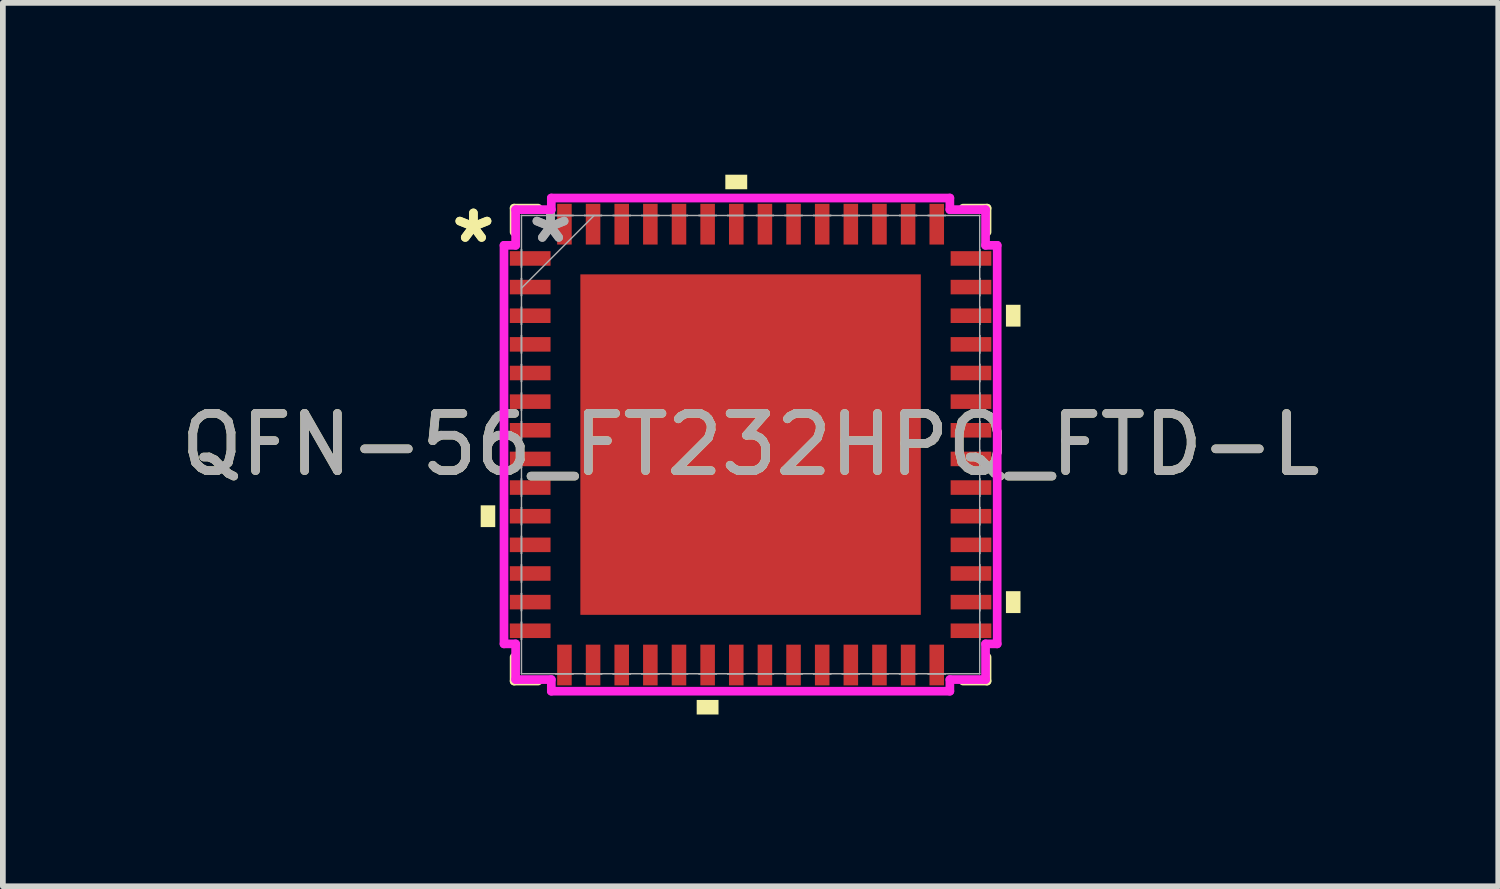
<source format=kicad_pcb>
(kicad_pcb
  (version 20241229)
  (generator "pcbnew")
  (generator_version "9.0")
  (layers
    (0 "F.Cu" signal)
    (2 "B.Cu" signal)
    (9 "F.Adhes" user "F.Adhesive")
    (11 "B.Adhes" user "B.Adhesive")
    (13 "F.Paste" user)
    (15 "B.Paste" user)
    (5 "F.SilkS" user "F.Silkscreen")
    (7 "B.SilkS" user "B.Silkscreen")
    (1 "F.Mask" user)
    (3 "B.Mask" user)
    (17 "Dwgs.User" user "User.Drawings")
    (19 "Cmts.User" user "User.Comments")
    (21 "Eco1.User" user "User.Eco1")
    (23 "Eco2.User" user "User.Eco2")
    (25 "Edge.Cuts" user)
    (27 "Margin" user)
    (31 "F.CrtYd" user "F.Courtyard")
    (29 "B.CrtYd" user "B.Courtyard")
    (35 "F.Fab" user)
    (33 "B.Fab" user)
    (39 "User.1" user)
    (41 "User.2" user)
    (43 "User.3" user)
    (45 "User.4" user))
  (footprint "QFN-56_FT232HPQ_FTD-L"
    (layer "F.Cu")
    (at 10.054 4.712)
    (property "Reference" "QFN-56_FT232HPQ_FTD-L" (at 0 0 0) (unlocked yes) (layer "F.SilkS") (effects (font (size 1 1) (thickness 0.15))))
    (attr smd)
    (fp_line (start -4.128 -4.128) (end -4.128 -3.71) (stroke (width 0.152) (type solid)) (layer "F.SilkS"))
    (fp_line (start -4.128 3.71) (end -4.128 4.128) (stroke (width 0.152) (type solid)) (layer "F.SilkS"))
    (fp_line (start -4.128 4.128) (end -3.71 4.128) (stroke (width 0.152) (type solid)) (layer "F.SilkS"))
    (fp_line (start -3.71 -4.128) (end -4.128 -4.128) (stroke (width 0.152) (type solid)) (layer "F.SilkS"))
    (fp_line (start 3.71 4.128) (end 4.128 4.128) (stroke (width 0.152) (type solid)) (layer "F.SilkS"))
    (fp_line (start 4.128 -4.128) (end 3.71 -4.128) (stroke (width 0.152) (type solid)) (layer "F.SilkS"))
    (fp_line (start 4.128 -3.71) (end 4.128 -4.128) (stroke (width 0.152) (type solid)) (layer "F.SilkS"))
    (fp_line (start 4.128 4.128) (end 4.128 3.71) (stroke (width 0.152) (type solid)) (layer "F.SilkS"))
    (fp_poly (pts (xy -4.712 1.06) (xy -4.712 1.44) (xy -4.458 1.44) (xy -4.458 1.06)) (stroke (width 0) (type solid)) (fill yes) (layer "F.SilkS"))
    (fp_poly (pts (xy -0.941 4.458) (xy -0.941 4.712) (xy -0.56 4.712) (xy -0.56 4.458)) (stroke (width 0) (type solid)) (fill yes) (layer "F.SilkS"))
    (fp_poly (pts (xy -0.441 -4.458) (xy -0.441 -4.712) (xy -0.059 -4.712) (xy -0.059 -4.458)) (stroke (width 0) (type solid)) (fill yes) (layer "F.SilkS"))
    (fp_poly (pts (xy 4.712 -2.441) (xy 4.712 -2.06) (xy 4.458 -2.06) (xy 4.458 -2.441)) (stroke (width 0) (type solid)) (fill yes) (layer "F.SilkS"))
    (fp_poly (pts (xy 4.712 2.559) (xy 4.712 2.941) (xy 4.458 2.941) (xy 4.458 2.559)) (stroke (width 0) (type solid)) (fill yes) (layer "F.SilkS"))
    (fp_poly (pts (xy -2.872 -2.872) (xy -2.872 -1.586) (xy -1.586 -1.586) (xy -1.586 -2.872)) (stroke (width 0) (type solid)) (fill yes) (layer "F.Paste"))
    (fp_poly (pts (xy -2.872 -1.386) (xy -2.872 -0.1) (xy -1.586 -0.1) (xy -1.586 -1.386)) (stroke (width 0) (type solid)) (fill yes) (layer "F.Paste"))
    (fp_poly (pts (xy -2.872 0.1) (xy -2.872 1.386) (xy -1.586 1.386) (xy -1.586 0.1)) (stroke (width 0) (type solid)) (fill yes) (layer "F.Paste"))
    (fp_poly (pts (xy -2.872 1.586) (xy -2.872 2.872) (xy -1.586 2.872) (xy -1.586 1.586)) (stroke (width 0) (type solid)) (fill yes) (layer "F.Paste"))
    (fp_poly (pts (xy -1.386 -2.872) (xy -1.386 -1.586) (xy -0.1 -1.586) (xy -0.1 -2.872)) (stroke (width 0) (type solid)) (fill yes) (layer "F.Paste"))
    (fp_poly (pts (xy -1.386 -1.386) (xy -1.386 -0.1) (xy -0.1 -0.1) (xy -0.1 -1.386)) (stroke (width 0) (type solid)) (fill yes) (layer "F.Paste"))
    (fp_poly (pts (xy -1.386 0.1) (xy -1.386 1.386) (xy -0.1 1.386) (xy -0.1 0.1)) (stroke (width 0) (type solid)) (fill yes) (layer "F.Paste"))
    (fp_poly (pts (xy -1.386 1.586) (xy -1.386 2.872) (xy -0.1 2.872) (xy -0.1 1.586)) (stroke (width 0) (type solid)) (fill yes) (layer "F.Paste"))
    (fp_poly (pts (xy 0.1 -2.872) (xy 0.1 -1.586) (xy 1.386 -1.586) (xy 1.386 -2.872)) (stroke (width 0) (type solid)) (fill yes) (layer "F.Paste"))
    (fp_poly (pts (xy 0.1 -1.386) (xy 0.1 -0.1) (xy 1.386 -0.1) (xy 1.386 -1.386)) (stroke (width 0) (type solid)) (fill yes) (layer "F.Paste"))
    (fp_poly (pts (xy 0.1 0.1) (xy 0.1 1.386) (xy 1.386 1.386) (xy 1.386 0.1)) (stroke (width 0) (type solid)) (fill yes) (layer "F.Paste"))
    (fp_poly (pts (xy 0.1 1.586) (xy 0.1 2.872) (xy 1.386 2.872) (xy 1.386 1.586)) (stroke (width 0) (type solid)) (fill yes) (layer "F.Paste"))
    (fp_poly (pts (xy 1.586 -2.872) (xy 1.586 -1.586) (xy 2.872 -1.586) (xy 2.872 -2.872)) (stroke (width 0) (type solid)) (fill yes) (layer "F.Paste"))
    (fp_poly (pts (xy 1.586 -1.386) (xy 1.586 -0.1) (xy 2.872 -0.1) (xy 2.872 -1.386)) (stroke (width 0) (type solid)) (fill yes) (layer "F.Paste"))
    (fp_poly (pts (xy 1.586 0.1) (xy 1.586 1.386) (xy 2.872 1.386) (xy 2.872 0.1)) (stroke (width 0) (type solid)) (fill yes) (layer "F.Paste"))
    (fp_poly (pts (xy 1.586 1.586) (xy 1.586 2.872) (xy 2.872 2.872) (xy 2.872 1.586)) (stroke (width 0) (type solid)) (fill yes) (layer "F.Paste"))
    (fp_line (start -4.305 -3.479) (end -4.102 -3.479) (stroke (width 0.152) (type solid)) (layer "F.CrtYd"))
    (fp_line (start -4.305 3.479) (end -4.305 -3.479) (stroke (width 0.152) (type solid)) (layer "F.CrtYd"))
    (fp_line (start -4.102 -4.102) (end -3.479 -4.102) (stroke (width 0.152) (type solid)) (layer "F.CrtYd"))
    (fp_line (start -4.102 -3.479) (end -4.102 -4.102) (stroke (width 0.152) (type solid)) (layer "F.CrtYd"))
    (fp_line (start -4.102 3.479) (end -4.305 3.479) (stroke (width 0.152) (type solid)) (layer "F.CrtYd"))
    (fp_line (start -4.102 4.102) (end -4.102 3.479) (stroke (width 0.152) (type solid)) (layer "F.CrtYd"))
    (fp_line (start -3.479 -4.305) (end 3.479 -4.305) (stroke (width 0.152) (type solid)) (layer "F.CrtYd"))
    (fp_line (start -3.479 -4.102) (end -3.479 -4.305) (stroke (width 0.152) (type solid)) (layer "F.CrtYd"))
    (fp_line (start -3.479 4.102) (end -4.102 4.102) (stroke (width 0.152) (type solid)) (layer "F.CrtYd"))
    (fp_line (start -3.479 4.305) (end -3.479 4.102) (stroke (width 0.152) (type solid)) (layer "F.CrtYd"))
    (fp_line (start 3.479 -4.305) (end 3.479 -4.102) (stroke (width 0.152) (type solid)) (layer "F.CrtYd"))
    (fp_line (start 3.479 -4.102) (end 4.102 -4.102) (stroke (width 0.152) (type solid)) (layer "F.CrtYd"))
    (fp_line (start 3.479 4.102) (end 3.479 4.305) (stroke (width 0.152) (type solid)) (layer "F.CrtYd"))
    (fp_line (start 3.479 4.305) (end -3.479 4.305) (stroke (width 0.152) (type solid)) (layer "F.CrtYd"))
    (fp_line (start 4.102 -4.102) (end 4.102 -3.479) (stroke (width 0.152) (type solid)) (layer "F.CrtYd"))
    (fp_line (start 4.102 -3.479) (end 4.305 -3.479) (stroke (width 0.152) (type solid)) (layer "F.CrtYd"))
    (fp_line (start 4.102 3.479) (end 4.102 4.102) (stroke (width 0.152) (type solid)) (layer "F.CrtYd"))
    (fp_line (start 4.102 4.102) (end 3.479 4.102) (stroke (width 0.152) (type solid)) (layer "F.CrtYd"))
    (fp_line (start 4.305 -3.479) (end 4.305 3.479) (stroke (width 0.152) (type solid)) (layer "F.CrtYd"))
    (fp_line (start 4.305 3.479) (end 4.102 3.479) (stroke (width 0.152) (type solid)) (layer "F.CrtYd"))
    (fp_line (start -4 -4) (end -4 -4) (stroke (width 0.025) (type solid)) (layer "F.Fab"))
    (fp_line (start -4 -4) (end -4 4) (stroke (width 0.025) (type solid)) (layer "F.Fab"))
    (fp_line (start -4 -3.402) (end -4 -3.402) (stroke (width 0.025) (type solid)) (layer "F.Fab"))
    (fp_line (start -4 -3.402) (end -4 -3.098) (stroke (width 0.025) (type solid)) (layer "F.Fab"))
    (fp_line (start -4 -3.098) (end -4 -3.402) (stroke (width 0.025) (type solid)) (layer "F.Fab"))
    (fp_line (start -4 -3.098) (end -4 -3.098) (stroke (width 0.025) (type solid)) (layer "F.Fab"))
    (fp_line (start -4 -2.902) (end -4 -2.902) (stroke (width 0.025) (type solid)) (layer "F.Fab"))
    (fp_line (start -4 -2.902) (end -4 -2.598) (stroke (width 0.025) (type solid)) (layer "F.Fab"))
    (fp_line (start -4 -2.731) (end -2.731 -4) (stroke (width 0.025) (type solid)) (layer "F.Fab"))
    (fp_line (start -4 -2.598) (end -4 -2.902) (stroke (width 0.025) (type solid)) (layer "F.Fab"))
    (fp_line (start -4 -2.598) (end -4 -2.598) (stroke (width 0.025) (type solid)) (layer "F.Fab"))
    (fp_line (start -4 -2.402) (end -4 -2.402) (stroke (width 0.025) (type solid)) (layer "F.Fab"))
    (fp_line (start -4 -2.402) (end -4 -2.098) (stroke (width 0.025) (type solid)) (layer "F.Fab"))
    (fp_line (start -4 -2.098) (end -4 -2.402) (stroke (width 0.025) (type solid)) (layer "F.Fab"))
    (fp_line (start -4 -2.098) (end -4 -2.098) (stroke (width 0.025) (type solid)) (layer "F.Fab"))
    (fp_line (start -4 -1.902) (end -4 -1.902) (stroke (width 0.025) (type solid)) (layer "F.Fab"))
    (fp_line (start -4 -1.902) (end -4 -1.598) (stroke (width 0.025) (type solid)) (layer "F.Fab"))
    (fp_line (start -4 -1.598) (end -4 -1.902) (stroke (width 0.025) (type solid)) (layer "F.Fab"))
    (fp_line (start -4 -1.598) (end -4 -1.598) (stroke (width 0.025) (type solid)) (layer "F.Fab"))
    (fp_line (start -4 -1.402) (end -4 -1.402) (stroke (width 0.025) (type solid)) (layer "F.Fab"))
    (fp_line (start -4 -1.402) (end -4 -1.098) (stroke (width 0.025) (type solid)) (layer "F.Fab"))
    (fp_line (start -4 -1.098) (end -4 -1.402) (stroke (width 0.025) (type solid)) (layer "F.Fab"))
    (fp_line (start -4 -1.098) (end -4 -1.098) (stroke (width 0.025) (type solid)) (layer "F.Fab"))
    (fp_line (start -4 -0.902) (end -4 -0.902) (stroke (width 0.025) (type solid)) (layer "F.Fab"))
    (fp_line (start -4 -0.902) (end -4 -0.598) (stroke (width 0.025) (type solid)) (layer "F.Fab"))
    (fp_line (start -4 -0.598) (end -4 -0.902) (stroke (width 0.025) (type solid)) (layer "F.Fab"))
    (fp_line (start -4 -0.598) (end -4 -0.598) (stroke (width 0.025) (type solid)) (layer "F.Fab"))
    (fp_line (start -4 -0.402) (end -4 -0.402) (stroke (width 0.025) (type solid)) (layer "F.Fab"))
    (fp_line (start -4 -0.402) (end -4 -0.098) (stroke (width 0.025) (type solid)) (layer "F.Fab"))
    (fp_line (start -4 -0.098) (end -4 -0.402) (stroke (width 0.025) (type solid)) (layer "F.Fab"))
    (fp_line (start -4 -0.098) (end -4 -0.098) (stroke (width 0.025) (type solid)) (layer "F.Fab"))
    (fp_line (start -4 0.098) (end -4 0.098) (stroke (width 0.025) (type solid)) (layer "F.Fab"))
    (fp_line (start -4 0.098) (end -4 0.402) (stroke (width 0.025) (type solid)) (layer "F.Fab"))
    (fp_line (start -4 0.402) (end -4 0.098) (stroke (width 0.025) (type solid)) (layer "F.Fab"))
    (fp_line (start -4 0.402) (end -4 0.402) (stroke (width 0.025) (type solid)) (layer "F.Fab"))
    (fp_line (start -4 0.598) (end -4 0.598) (stroke (width 0.025) (type solid)) (layer "F.Fab"))
    (fp_line (start -4 0.598) (end -4 0.902) (stroke (width 0.025) (type solid)) (layer "F.Fab"))
    (fp_line (start -4 0.902) (end -4 0.598) (stroke (width 0.025) (type solid)) (layer "F.Fab"))
    (fp_line (start -4 0.902) (end -4 0.902) (stroke (width 0.025) (type solid)) (layer "F.Fab"))
    (fp_line (start -4 1.098) (end -4 1.098) (stroke (width 0.025) (type solid)) (layer "F.Fab"))
    (fp_line (start -4 1.098) (end -4 1.402) (stroke (width 0.025) (type solid)) (layer "F.Fab"))
    (fp_line (start -4 1.402) (end -4 1.098) (stroke (width 0.025) (type solid)) (layer "F.Fab"))
    (fp_line (start -4 1.402) (end -4 1.402) (stroke (width 0.025) (type solid)) (layer "F.Fab"))
    (fp_line (start -4 1.598) (end -4 1.598) (stroke (width 0.025) (type solid)) (layer "F.Fab"))
    (fp_line (start -4 1.598) (end -4 1.902) (stroke (width 0.025) (type solid)) (layer "F.Fab"))
    (fp_line (start -4 1.902) (end -4 1.598) (stroke (width 0.025) (type solid)) (layer "F.Fab"))
    (fp_line (start -4 1.902) (end -4 1.902) (stroke (width 0.025) (type solid)) (layer "F.Fab"))
    (fp_line (start -4 2.098) (end -4 2.098) (stroke (width 0.025) (type solid)) (layer "F.Fab"))
    (fp_line (start -4 2.098) (end -4 2.402) (stroke (width 0.025) (type solid)) (layer "F.Fab"))
    (fp_line (start -4 2.402) (end -4 2.098) (stroke (width 0.025) (type solid)) (layer "F.Fab"))
    (fp_line (start -4 2.402) (end -4 2.402) (stroke (width 0.025) (type solid)) (layer "F.Fab"))
    (fp_line (start -4 2.598) (end -4 2.598) (stroke (width 0.025) (type solid)) (layer "F.Fab"))
    (fp_line (start -4 2.598) (end -4 2.902) (stroke (width 0.025) (type solid)) (layer "F.Fab"))
    (fp_line (start -4 2.902) (end -4 2.598) (stroke (width 0.025) (type solid)) (layer "F.Fab"))
    (fp_line (start -4 2.902) (end -4 2.902) (stroke (width 0.025) (type solid)) (layer "F.Fab"))
    (fp_line (start -4 3.098) (end -4 3.098) (stroke (width 0.025) (type solid)) (layer "F.Fab"))
    (fp_line (start -4 3.098) (end -4 3.402) (stroke (width 0.025) (type solid)) (layer "F.Fab"))
    (fp_line (start -4 3.402) (end -4 3.098) (stroke (width 0.025) (type solid)) (layer "F.Fab"))
    (fp_line (start -4 3.402) (end -4 3.402) (stroke (width 0.025) (type solid)) (layer "F.Fab"))
    (fp_line (start -4 4) (end -4 4) (stroke (width 0.025) (type solid)) (layer "F.Fab"))
    (fp_line (start -4 4) (end 4 4) (stroke (width 0.025) (type solid)) (layer "F.Fab"))
    (fp_line (start -3.402 -4) (end -3.402 -4) (stroke (width 0.025) (type solid)) (layer "F.Fab"))
    (fp_line (start -3.402 -4) (end -3.098 -4) (stroke (width 0.025) (type solid)) (layer "F.Fab"))
    (fp_line (start -3.402 4) (end -3.402 4) (stroke (width 0.025) (type solid)) (layer "F.Fab"))
    (fp_line (start -3.402 4) (end -3.098 4) (stroke (width 0.025) (type solid)) (layer "F.Fab"))
    (fp_line (start -3.098 -4) (end -3.402 -4) (stroke (width 0.025) (type solid)) (layer "F.Fab"))
    (fp_line (start -3.098 -4) (end -3.098 -4) (stroke (width 0.025) (type solid)) (layer "F.Fab"))
    (fp_line (start -3.098 4) (end -3.402 4) (stroke (width 0.025) (type solid)) (layer "F.Fab"))
    (fp_line (start -3.098 4) (end -3.098 4) (stroke (width 0.025) (type solid)) (layer "F.Fab"))
    (fp_line (start -2.902 -4) (end -2.902 -4) (stroke (width 0.025) (type solid)) (layer "F.Fab"))
    (fp_line (start -2.902 -4) (end -2.598 -4) (stroke (width 0.025) (type solid)) (layer "F.Fab"))
    (fp_line (start -2.902 4) (end -2.902 4) (stroke (width 0.025) (type solid)) (layer "F.Fab"))
    (fp_line (start -2.902 4) (end -2.598 4) (stroke (width 0.025) (type solid)) (layer "F.Fab"))
    (fp_line (start -2.598 -4) (end -2.902 -4) (stroke (width 0.025) (type solid)) (layer "F.Fab"))
    (fp_line (start -2.598 -4) (end -2.598 -4) (stroke (width 0.025) (type solid)) (layer "F.Fab"))
    (fp_line (start -2.598 4) (end -2.902 4) (stroke (width 0.025) (type solid)) (layer "F.Fab"))
    (fp_line (start -2.598 4) (end -2.598 4) (stroke (width 0.025) (type solid)) (layer "F.Fab"))
    (fp_line (start -2.402 -4) (end -2.402 -4) (stroke (width 0.025) (type solid)) (layer "F.Fab"))
    (fp_line (start -2.402 -4) (end -2.098 -4) (stroke (width 0.025) (type solid)) (layer "F.Fab"))
    (fp_line (start -2.402 4) (end -2.402 4) (stroke (width 0.025) (type solid)) (layer "F.Fab"))
    (fp_line (start -2.402 4) (end -2.098 4) (stroke (width 0.025) (type solid)) (layer "F.Fab"))
    (fp_line (start -2.098 -4) (end -2.402 -4) (stroke (width 0.025) (type solid)) (layer "F.Fab"))
    (fp_line (start -2.098 -4) (end -2.098 -4) (stroke (width 0.025) (type solid)) (layer "F.Fab"))
    (fp_line (start -2.098 4) (end -2.402 4) (stroke (width 0.025) (type solid)) (layer "F.Fab"))
    (fp_line (start -2.098 4) (end -2.098 4) (stroke (width 0.025) (type solid)) (layer "F.Fab"))
    (fp_line (start -1.902 -4) (end -1.902 -4) (stroke (width 0.025) (type solid)) (layer "F.Fab"))
    (fp_line (start -1.902 -4) (end -1.598 -4) (stroke (width 0.025) (type solid)) (layer "F.Fab"))
    (fp_line (start -1.902 4) (end -1.902 4) (stroke (width 0.025) (type solid)) (layer "F.Fab"))
    (fp_line (start -1.902 4) (end -1.598 4) (stroke (width 0.025) (type solid)) (layer "F.Fab"))
    (fp_line (start -1.598 -4) (end -1.902 -4) (stroke (width 0.025) (type solid)) (layer "F.Fab"))
    (fp_line (start -1.598 -4) (end -1.598 -4) (stroke (width 0.025) (type solid)) (layer "F.Fab"))
    (fp_line (start -1.598 4) (end -1.902 4) (stroke (width 0.025) (type solid)) (layer "F.Fab"))
    (fp_line (start -1.598 4) (end -1.598 4) (stroke (width 0.025) (type solid)) (layer "F.Fab"))
    (fp_line (start -1.402 -4) (end -1.402 -4) (stroke (width 0.025) (type solid)) (layer "F.Fab"))
    (fp_line (start -1.402 -4) (end -1.098 -4) (stroke (width 0.025) (type solid)) (layer "F.Fab"))
    (fp_line (start -1.402 4) (end -1.402 4) (stroke (width 0.025) (type solid)) (layer "F.Fab"))
    (fp_line (start -1.402 4) (end -1.098 4) (stroke (width 0.025) (type solid)) (layer "F.Fab"))
    (fp_line (start -1.098 -4) (end -1.402 -4) (stroke (width 0.025) (type solid)) (layer "F.Fab"))
    (fp_line (start -1.098 -4) (end -1.098 -4) (stroke (width 0.025) (type solid)) (layer "F.Fab"))
    (fp_line (start -1.098 4) (end -1.402 4) (stroke (width 0.025) (type solid)) (layer "F.Fab"))
    (fp_line (start -1.098 4) (end -1.098 4) (stroke (width 0.025) (type solid)) (layer "F.Fab"))
    (fp_line (start -0.902 -4) (end -0.902 -4) (stroke (width 0.025) (type solid)) (layer "F.Fab"))
    (fp_line (start -0.902 -4) (end -0.598 -4) (stroke (width 0.025) (type solid)) (layer "F.Fab"))
    (fp_line (start -0.902 4) (end -0.902 4) (stroke (width 0.025) (type solid)) (layer "F.Fab"))
    (fp_line (start -0.902 4) (end -0.598 4) (stroke (width 0.025) (type solid)) (layer "F.Fab"))
    (fp_line (start -0.598 -4) (end -0.902 -4) (stroke (width 0.025) (type solid)) (layer "F.Fab"))
    (fp_line (start -0.598 -4) (end -0.598 -4) (stroke (width 0.025) (type solid)) (layer "F.Fab"))
    (fp_line (start -0.598 4) (end -0.902 4) (stroke (width 0.025) (type solid)) (layer "F.Fab"))
    (fp_line (start -0.598 4) (end -0.598 4) (stroke (width 0.025) (type solid)) (layer "F.Fab"))
    (fp_line (start -0.402 -4) (end -0.402 -4) (stroke (width 0.025) (type solid)) (layer "F.Fab"))
    (fp_line (start -0.402 -4) (end -0.098 -4) (stroke (width 0.025) (type solid)) (layer "F.Fab"))
    (fp_line (start -0.402 4) (end -0.402 4) (stroke (width 0.025) (type solid)) (layer "F.Fab"))
    (fp_line (start -0.402 4) (end -0.098 4) (stroke (width 0.025) (type solid)) (layer "F.Fab"))
    (fp_line (start -0.098 -4) (end -0.402 -4) (stroke (width 0.025) (type solid)) (layer "F.Fab"))
    (fp_line (start -0.098 -4) (end -0.098 -4) (stroke (width 0.025) (type solid)) (layer "F.Fab"))
    (fp_line (start -0.098 4) (end -0.402 4) (stroke (width 0.025) (type solid)) (layer "F.Fab"))
    (fp_line (start -0.098 4) (end -0.098 4) (stroke (width 0.025) (type solid)) (layer "F.Fab"))
    (fp_line (start 0.098 -4) (end 0.098 -4) (stroke (width 0.025) (type solid)) (layer "F.Fab"))
    (fp_line (start 0.098 -4) (end 0.402 -4) (stroke (width 0.025) (type solid)) (layer "F.Fab"))
    (fp_line (start 0.098 4) (end 0.098 4) (stroke (width 0.025) (type solid)) (layer "F.Fab"))
    (fp_line (start 0.098 4) (end 0.402 4) (stroke (width 0.025) (type solid)) (layer "F.Fab"))
    (fp_line (start 0.402 -4) (end 0.098 -4) (stroke (width 0.025) (type solid)) (layer "F.Fab"))
    (fp_line (start 0.402 -4) (end 0.402 -4) (stroke (width 0.025) (type solid)) (layer "F.Fab"))
    (fp_line (start 0.402 4) (end 0.098 4) (stroke (width 0.025) (type solid)) (layer "F.Fab"))
    (fp_line (start 0.402 4) (end 0.402 4) (stroke (width 0.025) (type solid)) (layer "F.Fab"))
    (fp_line (start 0.598 -4) (end 0.598 -4) (stroke (width 0.025) (type solid)) (layer "F.Fab"))
    (fp_line (start 0.598 -4) (end 0.902 -4) (stroke (width 0.025) (type solid)) (layer "F.Fab"))
    (fp_line (start 0.598 4) (end 0.598 4) (stroke (width 0.025) (type solid)) (layer "F.Fab"))
    (fp_line (start 0.598 4) (end 0.902 4) (stroke (width 0.025) (type solid)) (layer "F.Fab"))
    (fp_line (start 0.902 -4) (end 0.598 -4) (stroke (width 0.025) (type solid)) (layer "F.Fab"))
    (fp_line (start 0.902 -4) (end 0.902 -4) (stroke (width 0.025) (type solid)) (layer "F.Fab"))
    (fp_line (start 0.902 4) (end 0.598 4) (stroke (width 0.025) (type solid)) (layer "F.Fab"))
    (fp_line (start 0.902 4) (end 0.902 4) (stroke (width 0.025) (type solid)) (layer "F.Fab"))
    (fp_line (start 1.098 -4) (end 1.098 -4) (stroke (width 0.025) (type solid)) (layer "F.Fab"))
    (fp_line (start 1.098 -4) (end 1.402 -4) (stroke (width 0.025) (type solid)) (layer "F.Fab"))
    (fp_line (start 1.098 4) (end 1.098 4) (stroke (width 0.025) (type solid)) (layer "F.Fab"))
    (fp_line (start 1.098 4) (end 1.402 4) (stroke (width 0.025) (type solid)) (layer "F.Fab"))
    (fp_line (start 1.402 -4) (end 1.098 -4) (stroke (width 0.025) (type solid)) (layer "F.Fab"))
    (fp_line (start 1.402 -4) (end 1.402 -4) (stroke (width 0.025) (type solid)) (layer "F.Fab"))
    (fp_line (start 1.402 4) (end 1.098 4) (stroke (width 0.025) (type solid)) (layer "F.Fab"))
    (fp_line (start 1.402 4) (end 1.402 4) (stroke (width 0.025) (type solid)) (layer "F.Fab"))
    (fp_line (start 1.598 -4) (end 1.598 -4) (stroke (width 0.025) (type solid)) (layer "F.Fab"))
    (fp_line (start 1.598 -4) (end 1.902 -4) (stroke (width 0.025) (type solid)) (layer "F.Fab"))
    (fp_line (start 1.598 4) (end 1.598 4) (stroke (width 0.025) (type solid)) (layer "F.Fab"))
    (fp_line (start 1.598 4) (end 1.902 4) (stroke (width 0.025) (type solid)) (layer "F.Fab"))
    (fp_line (start 1.902 -4) (end 1.598 -4) (stroke (width 0.025) (type solid)) (layer "F.Fab"))
    (fp_line (start 1.902 -4) (end 1.902 -4) (stroke (width 0.025) (type solid)) (layer "F.Fab"))
    (fp_line (start 1.902 4) (end 1.598 4) (stroke (width 0.025) (type solid)) (layer "F.Fab"))
    (fp_line (start 1.902 4) (end 1.902 4) (stroke (width 0.025) (type solid)) (layer "F.Fab"))
    (fp_line (start 2.098 -4) (end 2.098 -4) (stroke (width 0.025) (type solid)) (layer "F.Fab"))
    (fp_line (start 2.098 -4) (end 2.402 -4) (stroke (width 0.025) (type solid)) (layer "F.Fab"))
    (fp_line (start 2.098 4) (end 2.098 4) (stroke (width 0.025) (type solid)) (layer "F.Fab"))
    (fp_line (start 2.098 4) (end 2.402 4) (stroke (width 0.025) (type solid)) (layer "F.Fab"))
    (fp_line (start 2.402 -4) (end 2.098 -4) (stroke (width 0.025) (type solid)) (layer "F.Fab"))
    (fp_line (start 2.402 -4) (end 2.402 -4) (stroke (width 0.025) (type solid)) (layer "F.Fab"))
    (fp_line (start 2.402 4) (end 2.098 4) (stroke (width 0.025) (type solid)) (layer "F.Fab"))
    (fp_line (start 2.402 4) (end 2.402 4) (stroke (width 0.025) (type solid)) (layer "F.Fab"))
    (fp_line (start 2.598 -4) (end 2.598 -4) (stroke (width 0.025) (type solid)) (layer "F.Fab"))
    (fp_line (start 2.598 -4) (end 2.902 -4) (stroke (width 0.025) (type solid)) (layer "F.Fab"))
    (fp_line (start 2.598 4) (end 2.598 4) (stroke (width 0.025) (type solid)) (layer "F.Fab"))
    (fp_line (start 2.598 4) (end 2.902 4) (stroke (width 0.025) (type solid)) (layer "F.Fab"))
    (fp_line (start 2.902 -4) (end 2.598 -4) (stroke (width 0.025) (type solid)) (layer "F.Fab"))
    (fp_line (start 2.902 -4) (end 2.902 -4) (stroke (width 0.025) (type solid)) (layer "F.Fab"))
    (fp_line (start 2.902 4) (end 2.598 4) (stroke (width 0.025) (type solid)) (layer "F.Fab"))
    (fp_line (start 2.902 4) (end 2.902 4) (stroke (width 0.025) (type solid)) (layer "F.Fab"))
    (fp_line (start 3.098 -4) (end 3.098 -4) (stroke (width 0.025) (type solid)) (layer "F.Fab"))
    (fp_line (start 3.098 -4) (end 3.402 -4) (stroke (width 0.025) (type solid)) (layer "F.Fab"))
    (fp_line (start 3.098 4) (end 3.098 4) (stroke (width 0.025) (type solid)) (layer "F.Fab"))
    (fp_line (start 3.098 4) (end 3.402 4) (stroke (width 0.025) (type solid)) (layer "F.Fab"))
    (fp_line (start 3.402 -4) (end 3.098 -4) (stroke (width 0.025) (type solid)) (layer "F.Fab"))
    (fp_line (start 3.402 -4) (end 3.402 -4) (stroke (width 0.025) (type solid)) (layer "F.Fab"))
    (fp_line (start 3.402 4) (end 3.098 4) (stroke (width 0.025) (type solid)) (layer "F.Fab"))
    (fp_line (start 3.402 4) (end 3.402 4) (stroke (width 0.025) (type solid)) (layer "F.Fab"))
    (fp_line (start 4 -4) (end -4 -4) (stroke (width 0.025) (type solid)) (layer "F.Fab"))
    (fp_line (start 4 -4) (end 4 -4) (stroke (width 0.025) (type solid)) (layer "F.Fab"))
    (fp_line (start 4 -3.402) (end 4 -3.402) (stroke (width 0.025) (type solid)) (layer "F.Fab"))
    (fp_line (start 4 -3.402) (end 4 -3.098) (stroke (width 0.025) (type solid)) (layer "F.Fab"))
    (fp_line (start 4 -3.098) (end 4 -3.402) (stroke (width 0.025) (type solid)) (layer "F.Fab"))
    (fp_line (start 4 -3.098) (end 4 -3.098) (stroke (width 0.025) (type solid)) (layer "F.Fab"))
    (fp_line (start 4 -2.902) (end 4 -2.902) (stroke (width 0.025) (type solid)) (layer "F.Fab"))
    (fp_line (start 4 -2.902) (end 4 -2.598) (stroke (width 0.025) (type solid)) (layer "F.Fab"))
    (fp_line (start 4 -2.598) (end 4 -2.902) (stroke (width 0.025) (type solid)) (layer "F.Fab"))
    (fp_line (start 4 -2.598) (end 4 -2.598) (stroke (width 0.025) (type solid)) (layer "F.Fab"))
    (fp_line (start 4 -2.402) (end 4 -2.402) (stroke (width 0.025) (type solid)) (layer "F.Fab"))
    (fp_line (start 4 -2.402) (end 4 -2.098) (stroke (width 0.025) (type solid)) (layer "F.Fab"))
    (fp_line (start 4 -2.098) (end 4 -2.402) (stroke (width 0.025) (type solid)) (layer "F.Fab"))
    (fp_line (start 4 -2.098) (end 4 -2.098) (stroke (width 0.025) (type solid)) (layer "F.Fab"))
    (fp_line (start 4 -1.902) (end 4 -1.902) (stroke (width 0.025) (type solid)) (layer "F.Fab"))
    (fp_line (start 4 -1.902) (end 4 -1.598) (stroke (width 0.025) (type solid)) (layer "F.Fab"))
    (fp_line (start 4 -1.598) (end 4 -1.902) (stroke (width 0.025) (type solid)) (layer "F.Fab"))
    (fp_line (start 4 -1.598) (end 4 -1.598) (stroke (width 0.025) (type solid)) (layer "F.Fab"))
    (fp_line (start 4 -1.402) (end 4 -1.402) (stroke (width 0.025) (type solid)) (layer "F.Fab"))
    (fp_line (start 4 -1.402) (end 4 -1.098) (stroke (width 0.025) (type solid)) (layer "F.Fab"))
    (fp_line (start 4 -1.098) (end 4 -1.402) (stroke (width 0.025) (type solid)) (layer "F.Fab"))
    (fp_line (start 4 -1.098) (end 4 -1.098) (stroke (width 0.025) (type solid)) (layer "F.Fab"))
    (fp_line (start 4 -0.902) (end 4 -0.902) (stroke (width 0.025) (type solid)) (layer "F.Fab"))
    (fp_line (start 4 -0.902) (end 4 -0.598) (stroke (width 0.025) (type solid)) (layer "F.Fab"))
    (fp_line (start 4 -0.598) (end 4 -0.902) (stroke (width 0.025) (type solid)) (layer "F.Fab"))
    (fp_line (start 4 -0.598) (end 4 -0.598) (stroke (width 0.025) (type solid)) (layer "F.Fab"))
    (fp_line (start 4 -0.402) (end 4 -0.402) (stroke (width 0.025) (type solid)) (layer "F.Fab"))
    (fp_line (start 4 -0.402) (end 4 -0.098) (stroke (width 0.025) (type solid)) (layer "F.Fab"))
    (fp_line (start 4 -0.098) (end 4 -0.402) (stroke (width 0.025) (type solid)) (layer "F.Fab"))
    (fp_line (start 4 -0.098) (end 4 -0.098) (stroke (width 0.025) (type solid)) (layer "F.Fab"))
    (fp_line (start 4 0.098) (end 4 0.098) (stroke (width 0.025) (type solid)) (layer "F.Fab"))
    (fp_line (start 4 0.098) (end 4 0.402) (stroke (width 0.025) (type solid)) (layer "F.Fab"))
    (fp_line (start 4 0.402) (end 4 0.098) (stroke (width 0.025) (type solid)) (layer "F.Fab"))
    (fp_line (start 4 0.402) (end 4 0.402) (stroke (width 0.025) (type solid)) (layer "F.Fab"))
    (fp_line (start 4 0.598) (end 4 0.598) (stroke (width 0.025) (type solid)) (layer "F.Fab"))
    (fp_line (start 4 0.598) (end 4 0.902) (stroke (width 0.025) (type solid)) (layer "F.Fab"))
    (fp_line (start 4 0.902) (end 4 0.598) (stroke (width 0.025) (type solid)) (layer "F.Fab"))
    (fp_line (start 4 0.902) (end 4 0.902) (stroke (width 0.025) (type solid)) (layer "F.Fab"))
    (fp_line (start 4 1.098) (end 4 1.098) (stroke (width 0.025) (type solid)) (layer "F.Fab"))
    (fp_line (start 4 1.098) (end 4 1.402) (stroke (width 0.025) (type solid)) (layer "F.Fab"))
    (fp_line (start 4 1.402) (end 4 1.098) (stroke (width 0.025) (type solid)) (layer "F.Fab"))
    (fp_line (start 4 1.402) (end 4 1.402) (stroke (width 0.025) (type solid)) (layer "F.Fab"))
    (fp_line (start 4 1.598) (end 4 1.598) (stroke (width 0.025) (type solid)) (layer "F.Fab"))
    (fp_line (start 4 1.598) (end 4 1.902) (stroke (width 0.025) (type solid)) (layer "F.Fab"))
    (fp_line (start 4 1.902) (end 4 1.598) (stroke (width 0.025) (type solid)) (layer "F.Fab"))
    (fp_line (start 4 1.902) (end 4 1.902) (stroke (width 0.025) (type solid)) (layer "F.Fab"))
    (fp_line (start 4 2.098) (end 4 2.098) (stroke (width 0.025) (type solid)) (layer "F.Fab"))
    (fp_line (start 4 2.098) (end 4 2.402) (stroke (width 0.025) (type solid)) (layer "F.Fab"))
    (fp_line (start 4 2.402) (end 4 2.098) (stroke (width 0.025) (type solid)) (layer "F.Fab"))
    (fp_line (start 4 2.402) (end 4 2.402) (stroke (width 0.025) (type solid)) (layer "F.Fab"))
    (fp_line (start 4 2.598) (end 4 2.598) (stroke (width 0.025) (type solid)) (layer "F.Fab"))
    (fp_line (start 4 2.598) (end 4 2.902) (stroke (width 0.025) (type solid)) (layer "F.Fab"))
    (fp_line (start 4 2.902) (end 4 2.598) (stroke (width 0.025) (type solid)) (layer "F.Fab"))
    (fp_line (start 4 2.902) (end 4 2.902) (stroke (width 0.025) (type solid)) (layer "F.Fab"))
    (fp_line (start 4 3.098) (end 4 3.098) (stroke (width 0.025) (type solid)) (layer "F.Fab"))
    (fp_line (start 4 3.098) (end 4 3.402) (stroke (width 0.025) (type solid)) (layer "F.Fab"))
    (fp_line (start 4 3.402) (end 4 3.098) (stroke (width 0.025) (type solid)) (layer "F.Fab"))
    (fp_line (start 4 3.402) (end 4 3.402) (stroke (width 0.025) (type solid)) (layer "F.Fab"))
    (fp_line (start 4 4) (end 4 -4) (stroke (width 0.025) (type solid)) (layer "F.Fab"))
    (fp_line (start 4 4) (end 4 4) (stroke (width 0.025) (type solid)) (layer "F.Fab"))
    (fp_text user "*" (at -4.839 -3.5 0) (layer "F.SilkS") (effects (font (size 1 1) (thickness 0.15))))
    (fp_text user "*" (at -4.839 -3.5 0) (unlocked yes) (layer "F.SilkS") (effects (font (size 1 1) (thickness 0.15))))
    (fp_text user "${REFERENCE}" (at 0 0 0) (unlocked yes) (layer "F.Fab") (effects (font (size 1 1) (thickness 0.15))))
    (fp_text user "*" (at -3.493 -3.5 0) (layer "F.Fab") (effects (font (size 1 1) (thickness 0.15))))
    (fp_text user "*" (at -3.493 -3.5 0) (unlocked yes) (layer "F.Fab") (effects (font (size 1 1) (thickness 0.15))))
    (pad "1" smd rect (at -3.848 -3.25 90) (size 0.254 0.711) (layers "F.Cu" "F.Mask" "F.Paste"))
    (pad "2" smd rect (at -3.848 -2.75 90) (size 0.254 0.711) (layers "F.Cu" "F.Mask" "F.Paste"))
    (pad "3" smd rect (at -3.848 -2.25 90) (size 0.254 0.711) (layers "F.Cu" "F.Mask" "F.Paste"))
    (pad "4" smd rect (at -3.848 -1.75 90) (size 0.254 0.711) (layers "F.Cu" "F.Mask" "F.Paste"))
    (pad "5" smd rect (at -3.848 -1.25 90) (size 0.254 0.711) (layers "F.Cu" "F.Mask" "F.Paste"))
    (pad "6" smd rect (at -3.848 -0.75 90) (size 0.254 0.711) (layers "F.Cu" "F.Mask" "F.Paste"))
    (pad "7" smd rect (at -3.848 -0.25 90) (size 0.254 0.711) (layers "F.Cu" "F.Mask" "F.Paste"))
    (pad "8" smd rect (at -3.848 0.25 90) (size 0.254 0.711) (layers "F.Cu" "F.Mask" "F.Paste"))
    (pad "9" smd rect (at -3.848 0.75 90) (size 0.254 0.711) (layers "F.Cu" "F.Mask" "F.Paste"))
    (pad "10" smd rect (at -3.848 1.25 90) (size 0.254 0.711) (layers "F.Cu" "F.Mask" "F.Paste"))
    (pad "11" smd rect (at -3.848 1.75 90) (size 0.254 0.711) (layers "F.Cu" "F.Mask" "F.Paste"))
    (pad "12" smd rect (at -3.848 2.25 90) (size 0.254 0.711) (layers "F.Cu" "F.Mask" "F.Paste"))
    (pad "13" smd rect (at -3.848 2.75 90) (size 0.254 0.711) (layers "F.Cu" "F.Mask" "F.Paste"))
    (pad "14" smd rect (at -3.848 3.25 90) (size 0.254 0.711) (layers "F.Cu" "F.Mask" "F.Paste"))
    (pad "15" smd rect (at -3.25 3.848) (size 0.254 0.711) (layers "F.Cu" "F.Mask" "F.Paste"))
    (pad "16" smd rect (at -2.75 3.848) (size 0.254 0.711) (layers "F.Cu" "F.Mask" "F.Paste"))
    (pad "17" smd rect (at -2.25 3.848) (size 0.254 0.711) (layers "F.Cu" "F.Mask" "F.Paste"))
    (pad "18" smd rect (at -1.75 3.848) (size 0.254 0.711) (layers "F.Cu" "F.Mask" "F.Paste"))
    (pad "19" smd rect (at -1.25 3.848) (size 0.254 0.711) (layers "F.Cu" "F.Mask" "F.Paste"))
    (pad "20" smd rect (at -0.75 3.848) (size 0.254 0.711) (layers "F.Cu" "F.Mask" "F.Paste"))
    (pad "21" smd rect (at -0.25 3.848) (size 0.254 0.711) (layers "F.Cu" "F.Mask" "F.Paste"))
    (pad "22" smd rect (at 0.25 3.848) (size 0.254 0.711) (layers "F.Cu" "F.Mask" "F.Paste"))
    (pad "23" smd rect (at 0.75 3.848) (size 0.254 0.711) (layers "F.Cu" "F.Mask" "F.Paste"))
    (pad "24" smd rect (at 1.25 3.848) (size 0.254 0.711) (layers "F.Cu" "F.Mask" "F.Paste"))
    (pad "25" smd rect (at 1.75 3.848) (size 0.254 0.711) (layers "F.Cu" "F.Mask" "F.Paste"))
    (pad "26" smd rect (at 2.25 3.848) (size 0.254 0.711) (layers "F.Cu" "F.Mask" "F.Paste"))
    (pad "27" smd rect (at 2.75 3.848) (size 0.254 0.711) (layers "F.Cu" "F.Mask" "F.Paste"))
    (pad "28" smd rect (at 3.25 3.848) (size 0.254 0.711) (layers "F.Cu" "F.Mask" "F.Paste"))
    (pad "29" smd rect (at 3.848 3.25 90) (size 0.254 0.711) (layers "F.Cu" "F.Mask" "F.Paste"))
    (pad "30" smd rect (at 3.848 2.75 90) (size 0.254 0.711) (layers "F.Cu" "F.Mask" "F.Paste"))
    (pad "31" smd rect (at 3.848 2.25 90) (size 0.254 0.711) (layers "F.Cu" "F.Mask" "F.Paste"))
    (pad "32" smd rect (at 3.848 1.75 90) (size 0.254 0.711) (layers "F.Cu" "F.Mask" "F.Paste"))
    (pad "33" smd rect (at 3.848 1.25 90) (size 0.254 0.711) (layers "F.Cu" "F.Mask" "F.Paste"))
    (pad "34" smd rect (at 3.848 0.75 90) (size 0.254 0.711) (layers "F.Cu" "F.Mask" "F.Paste"))
    (pad "35" smd rect (at 3.848 0.25 90) (size 0.254 0.711) (layers "F.Cu" "F.Mask" "F.Paste"))
    (pad "36" smd rect (at 3.848 -0.25 90) (size 0.254 0.711) (layers "F.Cu" "F.Mask" "F.Paste"))
    (pad "37" smd rect (at 3.848 -0.75 90) (size 0.254 0.711) (layers "F.Cu" "F.Mask" "F.Paste"))
    (pad "38" smd rect (at 3.848 -1.25 90) (size 0.254 0.711) (layers "F.Cu" "F.Mask" "F.Paste"))
    (pad "39" smd rect (at 3.848 -1.75 90) (size 0.254 0.711) (layers "F.Cu" "F.Mask" "F.Paste"))
    (pad "40" smd rect (at 3.848 -2.25 90) (size 0.254 0.711) (layers "F.Cu" "F.Mask" "F.Paste"))
    (pad "41" smd rect (at 3.848 -2.75 90) (size 0.254 0.711) (layers "F.Cu" "F.Mask" "F.Paste"))
    (pad "42" smd rect (at 3.848 -3.25 90) (size 0.254 0.711) (layers "F.Cu" "F.Mask" "F.Paste"))
    (pad "43" smd rect (at 3.25 -3.848) (size 0.254 0.711) (layers "F.Cu" "F.Mask" "F.Paste"))
    (pad "44" smd rect (at 2.75 -3.848) (size 0.254 0.711) (layers "F.Cu" "F.Mask" "F.Paste"))
    (pad "45" smd rect (at 2.25 -3.848) (size 0.254 0.711) (layers "F.Cu" "F.Mask" "F.Paste"))
    (pad "46" smd rect (at 1.75 -3.848) (size 0.254 0.711) (layers "F.Cu" "F.Mask" "F.Paste"))
    (pad "47" smd rect (at 1.25 -3.848) (size 0.254 0.711) (layers "F.Cu" "F.Mask" "F.Paste"))
    (pad "48" smd rect (at 0.75 -3.848) (size 0.254 0.711) (layers "F.Cu" "F.Mask" "F.Paste"))
    (pad "49" smd rect (at 0.25 -3.848) (size 0.254 0.711) (layers "F.Cu" "F.Mask" "F.Paste"))
    (pad "50" smd rect (at -0.25 -3.848) (size 0.254 0.711) (layers "F.Cu" "F.Mask" "F.Paste"))
    (pad "51" smd rect (at -0.75 -3.848) (size 0.254 0.711) (layers "F.Cu" "F.Mask" "F.Paste"))
    (pad "52" smd rect (at -1.25 -3.848) (size 0.254 0.711) (layers "F.Cu" "F.Mask" "F.Paste"))
    (pad "53" smd rect (at -1.75 -3.848) (size 0.254 0.711) (layers "F.Cu" "F.Mask" "F.Paste"))
    (pad "54" smd rect (at -2.25 -3.848) (size 0.254 0.711) (layers "F.Cu" "F.Mask" "F.Paste"))
    (pad "55" smd rect (at -2.75 -3.848) (size 0.254 0.711) (layers "F.Cu" "F.Mask" "F.Paste"))
    (pad "56" smd rect (at -3.25 -3.848) (size 0.254 0.711) (layers "F.Cu" "F.Mask" "F.Paste"))
    (pad "57" smd rect (at 0 0) (size 5.944 5.944) (layers "F.Cu" "F.Mask" "F.Paste")))
  (gr_rect
    (start -3 -3)
    (end 23.107 12.423)
    (stroke (width 0.1) (type default))
    (fill no)
    (layer "Edge.Cuts")))
</source>
